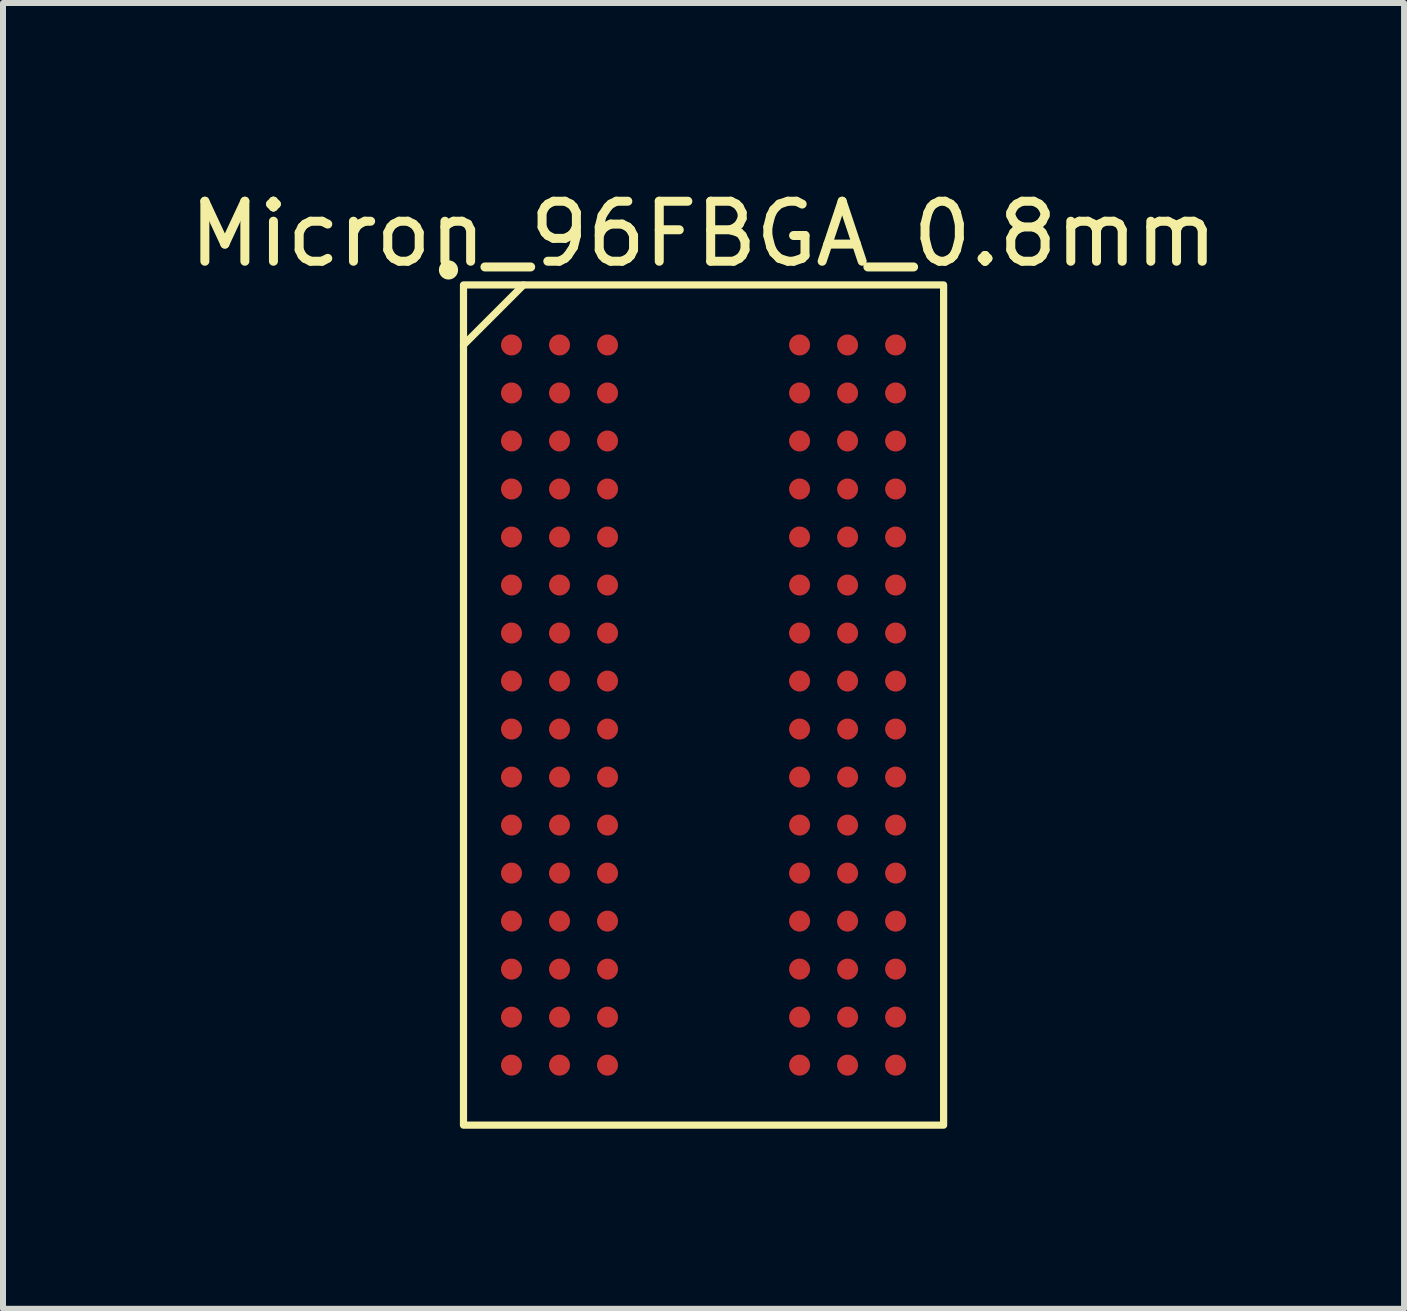
<source format=kicad_pcb>
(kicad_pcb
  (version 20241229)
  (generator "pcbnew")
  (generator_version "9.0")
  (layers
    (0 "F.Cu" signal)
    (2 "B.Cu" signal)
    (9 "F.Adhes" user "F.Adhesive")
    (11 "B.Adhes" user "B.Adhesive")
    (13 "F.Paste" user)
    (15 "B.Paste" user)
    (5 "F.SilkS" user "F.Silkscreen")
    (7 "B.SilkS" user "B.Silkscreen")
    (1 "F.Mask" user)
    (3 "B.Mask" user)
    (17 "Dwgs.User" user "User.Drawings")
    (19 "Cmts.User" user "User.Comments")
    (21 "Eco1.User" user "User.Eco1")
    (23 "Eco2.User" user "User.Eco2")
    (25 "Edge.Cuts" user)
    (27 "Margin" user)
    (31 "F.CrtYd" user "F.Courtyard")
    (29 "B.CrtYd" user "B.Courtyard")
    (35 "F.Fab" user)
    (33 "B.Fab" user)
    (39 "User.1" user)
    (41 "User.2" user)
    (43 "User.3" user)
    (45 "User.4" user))
  (footprint "Micron_96FBGA_0.8mm"
    (layer "F.Cu")
    (at 8.673 8.698)
    (property "Reference" "Micron_96FBGA_0.8mm" (at 0 -7.85 0) (unlocked yes) (layer "F.SilkS") (effects (font (size 1 1) (thickness 0.15))))
    (attr through_hole)
    (fp_line (start -3 -7) (end -4 -6) (stroke (width 0.12) (type solid)) (layer "F.SilkS"))
    (fp_rect (start -4 -7) (end 4 7) (stroke (width 0.12) (type solid)) (fill no) (layer "F.SilkS"))
    (fp_circle (center -4.25 -7.25) (end -4.15 -7.25) (stroke (width 0.12) (type solid)) (fill yes) (layer "F.SilkS"))
    (pad "A1" smd circle (at -3.2 -6 90) (size 0.35 0.35) (layers "F.Cu" "F.Mask" "F.Paste"))
    (pad "A2" smd circle (at -2.4 -6 90) (size 0.35 0.35) (layers "F.Cu" "F.Mask" "F.Paste"))
    (pad "A3" smd circle (at -1.6 -6 90) (size 0.35 0.35) (layers "F.Cu" "F.Mask" "F.Paste"))
    (pad "A7" smd circle (at 1.6 -6 90) (size 0.35 0.35) (layers "F.Cu" "F.Mask" "F.Paste"))
    (pad "A8" smd circle (at 2.4 -6 90) (size 0.35 0.35) (layers "F.Cu" "F.Mask" "F.Paste"))
    (pad "A9" smd circle (at 3.2 -6 90) (size 0.35 0.35) (layers "F.Cu" "F.Mask" "F.Paste"))
    (pad "B1" smd circle (at -3.2 -5.2 90) (size 0.35 0.35) (layers "F.Cu" "F.Mask" "F.Paste"))
    (pad "B2" smd circle (at -2.4 -5.2 90) (size 0.35 0.35) (layers "F.Cu" "F.Mask" "F.Paste"))
    (pad "B3" smd circle (at -1.6 -5.2 90) (size 0.35 0.35) (layers "F.Cu" "F.Mask" "F.Paste"))
    (pad "B7" smd circle (at 1.6 -5.2 90) (size 0.35 0.35) (layers "F.Cu" "F.Mask" "F.Paste"))
    (pad "B8" smd circle (at 2.4 -5.2 90) (size 0.35 0.35) (layers "F.Cu" "F.Mask" "F.Paste"))
    (pad "B9" smd circle (at 3.2 -5.2 90) (size 0.35 0.35) (layers "F.Cu" "F.Mask" "F.Paste"))
    (pad "C1" smd circle (at -3.2 -4.4 90) (size 0.35 0.35) (layers "F.Cu" "F.Mask" "F.Paste"))
    (pad "C2" smd circle (at -2.4 -4.4 90) (size 0.35 0.35) (layers "F.Cu" "F.Mask" "F.Paste"))
    (pad "C3" smd circle (at -1.6 -4.4 90) (size 0.35 0.35) (layers "F.Cu" "F.Mask" "F.Paste"))
    (pad "C7" smd circle (at 1.6 -4.4 90) (size 0.35 0.35) (layers "F.Cu" "F.Mask" "F.Paste"))
    (pad "C8" smd circle (at 2.4 -4.4 90) (size 0.35 0.35) (layers "F.Cu" "F.Mask" "F.Paste"))
    (pad "C9" smd circle (at 3.2 -4.4 90) (size 0.35 0.35) (layers "F.Cu" "F.Mask" "F.Paste"))
    (pad "D1" smd circle (at -3.2 -3.6 90) (size 0.35 0.35) (layers "F.Cu" "F.Mask" "F.Paste"))
    (pad "D2" smd circle (at -2.4 -3.6 90) (size 0.35 0.35) (layers "F.Cu" "F.Mask" "F.Paste"))
    (pad "D3" smd circle (at -1.6 -3.6 90) (size 0.35 0.35) (layers "F.Cu" "F.Mask" "F.Paste"))
    (pad "D7" smd circle (at 1.6 -3.6 90) (size 0.35 0.35) (layers "F.Cu" "F.Mask" "F.Paste"))
    (pad "D8" smd circle (at 2.4 -3.6 90) (size 0.35 0.35) (layers "F.Cu" "F.Mask" "F.Paste"))
    (pad "D9" smd circle (at 3.2 -3.6 90) (size 0.35 0.35) (layers "F.Cu" "F.Mask" "F.Paste"))
    (pad "E1" smd circle (at -3.2 -2.8 90) (size 0.35 0.35) (layers "F.Cu" "F.Mask" "F.Paste"))
    (pad "E2" smd circle (at -2.4 -2.8 90) (size 0.35 0.35) (layers "F.Cu" "F.Mask" "F.Paste"))
    (pad "E3" smd circle (at -1.6 -2.8 90) (size 0.35 0.35) (layers "F.Cu" "F.Mask" "F.Paste"))
    (pad "E7" smd circle (at 1.6 -2.8 90) (size 0.35 0.35) (layers "F.Cu" "F.Mask" "F.Paste"))
    (pad "E8" smd circle (at 2.4 -2.8 90) (size 0.35 0.35) (layers "F.Cu" "F.Mask" "F.Paste"))
    (pad "E9" smd circle (at 3.2 -2.8 90) (size 0.35 0.35) (layers "F.Cu" "F.Mask" "F.Paste"))
    (pad "F1" smd circle (at -3.2 -2 90) (size 0.35 0.35) (layers "F.Cu" "F.Mask" "F.Paste"))
    (pad "F2" smd circle (at -2.4 -2 90) (size 0.35 0.35) (layers "F.Cu" "F.Mask" "F.Paste"))
    (pad "F3" smd circle (at -1.6 -2 90) (size 0.35 0.35) (layers "F.Cu" "F.Mask" "F.Paste"))
    (pad "F7" smd circle (at 1.6 -2 90) (size 0.35 0.35) (layers "F.Cu" "F.Mask" "F.Paste"))
    (pad "F8" smd circle (at 2.4 -2 90) (size 0.35 0.35) (layers "F.Cu" "F.Mask" "F.Paste"))
    (pad "F9" smd circle (at 3.2 -2 90) (size 0.35 0.35) (layers "F.Cu" "F.Mask" "F.Paste"))
    (pad "G1" smd circle (at -3.2 -1.2 90) (size 0.35 0.35) (layers "F.Cu" "F.Mask" "F.Paste"))
    (pad "G2" smd circle (at -2.4 -1.2 90) (size 0.35 0.35) (layers "F.Cu" "F.Mask" "F.Paste"))
    (pad "G3" smd circle (at -1.6 -1.2 90) (size 0.35 0.35) (layers "F.Cu" "F.Mask" "F.Paste"))
    (pad "G7" smd circle (at 1.6 -1.2 90) (size 0.35 0.35) (layers "F.Cu" "F.Mask" "F.Paste"))
    (pad "G8" smd circle (at 2.4 -1.2 90) (size 0.35 0.35) (layers "F.Cu" "F.Mask" "F.Paste"))
    (pad "G9" smd circle (at 3.2 -1.2 90) (size 0.35 0.35) (layers "F.Cu" "F.Mask" "F.Paste"))
    (pad "H1" smd circle (at -3.2 -0.4 90) (size 0.35 0.35) (layers "F.Cu" "F.Mask" "F.Paste"))
    (pad "H2" smd circle (at -2.4 -0.4 90) (size 0.35 0.35) (layers "F.Cu" "F.Mask" "F.Paste"))
    (pad "H3" smd circle (at -1.6 -0.4 90) (size 0.35 0.35) (layers "F.Cu" "F.Mask" "F.Paste"))
    (pad "H7" smd circle (at 1.6 -0.4 90) (size 0.35 0.35) (layers "F.Cu" "F.Mask" "F.Paste"))
    (pad "H8" smd circle (at 2.4 -0.4 90) (size 0.35 0.35) (layers "F.Cu" "F.Mask" "F.Paste"))
    (pad "H9" smd circle (at 3.2 -0.4 90) (size 0.35 0.35) (layers "F.Cu" "F.Mask" "F.Paste"))
    (pad "J1" smd circle (at -3.2 0.4 90) (size 0.35 0.35) (layers "F.Cu" "F.Mask" "F.Paste"))
    (pad "J2" smd circle (at -2.4 0.4 90) (size 0.35 0.35) (layers "F.Cu" "F.Mask" "F.Paste"))
    (pad "J3" smd circle (at -1.6 0.4 90) (size 0.35 0.35) (layers "F.Cu" "F.Mask" "F.Paste"))
    (pad "J7" smd circle (at 1.6 0.4 90) (size 0.35 0.35) (layers "F.Cu" "F.Mask" "F.Paste"))
    (pad "J8" smd circle (at 2.4 0.4 90) (size 0.35 0.35) (layers "F.Cu" "F.Mask" "F.Paste"))
    (pad "J9" smd circle (at 3.2 0.4 90) (size 0.35 0.35) (layers "F.Cu" "F.Mask" "F.Paste"))
    (pad "K1" smd circle (at -3.2 1.2 90) (size 0.35 0.35) (layers "F.Cu" "F.Mask" "F.Paste"))
    (pad "K2" smd circle (at -2.4 1.2 90) (size 0.35 0.35) (layers "F.Cu" "F.Mask" "F.Paste"))
    (pad "K3" smd circle (at -1.6 1.2 90) (size 0.35 0.35) (layers "F.Cu" "F.Mask" "F.Paste"))
    (pad "K7" smd circle (at 1.6 1.2 90) (size 0.35 0.35) (layers "F.Cu" "F.Mask" "F.Paste"))
    (pad "K8" smd circle (at 2.4 1.2 90) (size 0.35 0.35) (layers "F.Cu" "F.Mask" "F.Paste"))
    (pad "K9" smd circle (at 3.2 1.2 90) (size 0.35 0.35) (layers "F.Cu" "F.Mask" "F.Paste"))
    (pad "L1" smd circle (at -3.2 2 90) (size 0.35 0.35) (layers "F.Cu" "F.Mask" "F.Paste"))
    (pad "L2" smd circle (at -2.4 2 90) (size 0.35 0.35) (layers "F.Cu" "F.Mask" "F.Paste"))
    (pad "L3" smd circle (at -1.6 2 90) (size 0.35 0.35) (layers "F.Cu" "F.Mask" "F.Paste"))
    (pad "L7" smd circle (at 1.6 2 90) (size 0.35 0.35) (layers "F.Cu" "F.Mask" "F.Paste"))
    (pad "L8" smd circle (at 2.4 2 90) (size 0.35 0.35) (layers "F.Cu" "F.Mask" "F.Paste"))
    (pad "L9" smd circle (at 3.2 2 90) (size 0.35 0.35) (layers "F.Cu" "F.Mask" "F.Paste"))
    (pad "M1" smd circle (at -3.2 2.8 90) (size 0.35 0.35) (layers "F.Cu" "F.Mask" "F.Paste"))
    (pad "M2" smd circle (at -2.4 2.8 90) (size 0.35 0.35) (layers "F.Cu" "F.Mask" "F.Paste"))
    (pad "M3" smd circle (at -1.6 2.8 90) (size 0.35 0.35) (layers "F.Cu" "F.Mask" "F.Paste"))
    (pad "M7" smd circle (at 1.6 2.8 90) (size 0.35 0.35) (layers "F.Cu" "F.Mask" "F.Paste"))
    (pad "M8" smd circle (at 2.4 2.8 90) (size 0.35 0.35) (layers "F.Cu" "F.Mask" "F.Paste"))
    (pad "M9" smd circle (at 3.2 2.8 90) (size 0.35 0.35) (layers "F.Cu" "F.Mask" "F.Paste"))
    (pad "N1" smd circle (at -3.2 3.6 90) (size 0.35 0.35) (layers "F.Cu" "F.Mask" "F.Paste"))
    (pad "N2" smd circle (at -2.4 3.6 90) (size 0.35 0.35) (layers "F.Cu" "F.Mask" "F.Paste"))
    (pad "N3" smd circle (at -1.6 3.6 90) (size 0.35 0.35) (layers "F.Cu" "F.Mask" "F.Paste"))
    (pad "N7" smd circle (at 1.6 3.6 90) (size 0.35 0.35) (layers "F.Cu" "F.Mask" "F.Paste"))
    (pad "N8" smd circle (at 2.4 3.6 90) (size 0.35 0.35) (layers "F.Cu" "F.Mask" "F.Paste"))
    (pad "N9" smd circle (at 3.2 3.6 90) (size 0.35 0.35) (layers "F.Cu" "F.Mask" "F.Paste"))
    (pad "P1" smd circle (at -3.2 4.4 90) (size 0.35 0.35) (layers "F.Cu" "F.Mask" "F.Paste"))
    (pad "P2" smd circle (at -2.4 4.4 90) (size 0.35 0.35) (layers "F.Cu" "F.Mask" "F.Paste"))
    (pad "P3" smd circle (at -1.6 4.4 90) (size 0.35 0.35) (layers "F.Cu" "F.Mask" "F.Paste"))
    (pad "P7" smd circle (at 1.6 4.4 90) (size 0.35 0.35) (layers "F.Cu" "F.Mask" "F.Paste"))
    (pad "P8" smd circle (at 2.4 4.4 90) (size 0.35 0.35) (layers "F.Cu" "F.Mask" "F.Paste"))
    (pad "P9" smd circle (at 3.2 4.4 90) (size 0.35 0.35) (layers "F.Cu" "F.Mask" "F.Paste"))
    (pad "R1" smd circle (at -3.2 5.2 90) (size 0.35 0.35) (layers "F.Cu" "F.Mask" "F.Paste"))
    (pad "R2" smd circle (at -2.4 5.2 90) (size 0.35 0.35) (layers "F.Cu" "F.Mask" "F.Paste"))
    (pad "R3" smd circle (at -1.6 5.2 90) (size 0.35 0.35) (layers "F.Cu" "F.Mask" "F.Paste"))
    (pad "R7" smd circle (at 1.6 5.2 90) (size 0.35 0.35) (layers "F.Cu" "F.Mask" "F.Paste"))
    (pad "R8" smd circle (at 2.4 5.2 90) (size 0.35 0.35) (layers "F.Cu" "F.Mask" "F.Paste"))
    (pad "R9" smd circle (at 3.2 5.2 90) (size 0.35 0.35) (layers "F.Cu" "F.Mask" "F.Paste"))
    (pad "T1" smd circle (at -3.2 6 90) (size 0.35 0.35) (layers "F.Cu" "F.Mask" "F.Paste"))
    (pad "T2" smd circle (at -2.4 6 90) (size 0.35 0.35) (layers "F.Cu" "F.Mask" "F.Paste"))
    (pad "T3" smd circle (at -1.6 6 90) (size 0.35 0.35) (layers "F.Cu" "F.Mask" "F.Paste"))
    (pad "T7" smd circle (at 1.6 6 90) (size 0.35 0.35) (layers "F.Cu" "F.Mask" "F.Paste"))
    (pad "T8" smd circle (at 2.4 6 90) (size 0.35 0.35) (layers "F.Cu" "F.Mask" "F.Paste"))
    (pad "T9" smd circle (at 3.2 6 90) (size 0.35 0.35) (layers "F.Cu" "F.Mask" "F.Paste")))
  (gr_rect
    (start -3 -3)
    (end 20.345 18.758)
    (stroke (width 0.1) (type default))
    (fill no)
    (layer "Edge.Cuts")))
</source>
